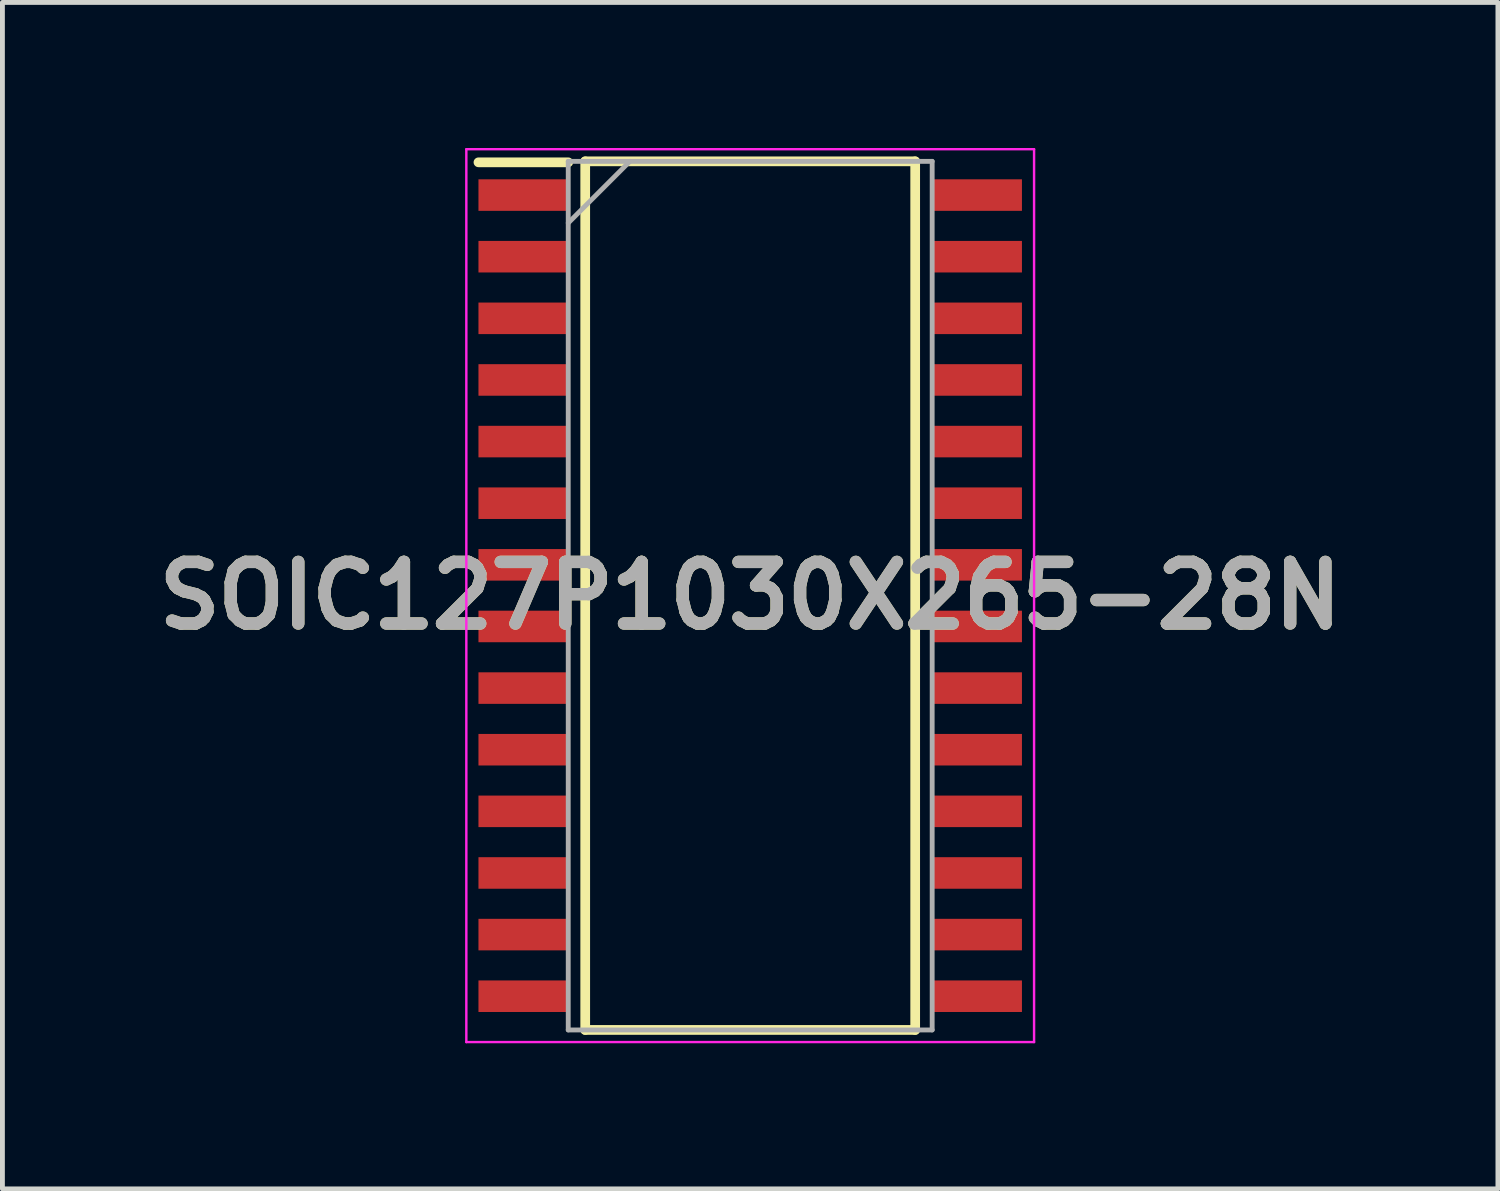
<source format=kicad_pcb>
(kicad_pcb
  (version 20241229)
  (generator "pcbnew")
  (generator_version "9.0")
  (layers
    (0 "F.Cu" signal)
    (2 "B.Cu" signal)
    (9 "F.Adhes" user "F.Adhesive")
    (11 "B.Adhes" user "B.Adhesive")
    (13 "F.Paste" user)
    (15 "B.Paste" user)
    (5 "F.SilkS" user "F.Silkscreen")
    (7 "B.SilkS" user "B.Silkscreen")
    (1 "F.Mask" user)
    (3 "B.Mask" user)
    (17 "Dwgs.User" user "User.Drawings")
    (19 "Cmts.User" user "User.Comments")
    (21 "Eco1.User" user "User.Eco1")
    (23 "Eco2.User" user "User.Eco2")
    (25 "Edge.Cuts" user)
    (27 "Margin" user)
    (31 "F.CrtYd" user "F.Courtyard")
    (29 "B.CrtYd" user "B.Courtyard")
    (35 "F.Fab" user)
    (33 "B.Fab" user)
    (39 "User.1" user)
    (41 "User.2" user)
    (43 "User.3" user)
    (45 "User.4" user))
  (footprint "SOIC127P1030X265-28N"
    (layer "F.Cu")
    (at 12.41 9.225)
    (property "Reference" "SOIC127P1030X265-28N" (at 0 0 0) (layer "F.SilkS") (effects (font (size 1.27 1.27) (thickness 0.254))))
    (attr smd)
    (fp_line (start -5.6 -8.93) (end -3.75 -8.93) (stroke (width 0.2) (type solid)) (layer "F.SilkS"))
    (fp_line (start -3.4 -8.95) (end 3.4 -8.95) (stroke (width 0.2) (type solid)) (layer "F.SilkS"))
    (fp_line (start -3.4 8.95) (end -3.4 -8.95) (stroke (width 0.2) (type solid)) (layer "F.SilkS"))
    (fp_line (start 3.4 -8.95) (end 3.4 8.95) (stroke (width 0.2) (type solid)) (layer "F.SilkS"))
    (fp_line (start 3.4 8.95) (end -3.4 8.95) (stroke (width 0.2) (type solid)) (layer "F.SilkS"))
    (fp_line (start -5.85 -9.2) (end 5.85 -9.2) (stroke (width 0.05) (type solid)) (layer "F.CrtYd"))
    (fp_line (start -5.85 9.2) (end -5.85 -9.2) (stroke (width 0.05) (type solid)) (layer "F.CrtYd"))
    (fp_line (start 5.85 -9.2) (end 5.85 9.2) (stroke (width 0.05) (type solid)) (layer "F.CrtYd"))
    (fp_line (start 5.85 9.2) (end -5.85 9.2) (stroke (width 0.05) (type solid)) (layer "F.CrtYd"))
    (fp_line (start -3.75 -8.95) (end 3.75 -8.95) (stroke (width 0.1) (type solid)) (layer "F.Fab"))
    (fp_line (start -3.75 -7.68) (end -2.48 -8.95) (stroke (width 0.1) (type solid)) (layer "F.Fab"))
    (fp_line (start -3.75 8.95) (end -3.75 -8.95) (stroke (width 0.1) (type solid)) (layer "F.Fab"))
    (fp_line (start 3.75 -8.95) (end 3.75 8.95) (stroke (width 0.1) (type solid)) (layer "F.Fab"))
    (fp_line (start 3.75 8.95) (end -3.75 8.95) (stroke (width 0.1) (type solid)) (layer "F.Fab"))
    (fp_text user "${REFERENCE}" (at 0 0 0) (layer "F.Fab") (effects (font (size 1.27 1.27) (thickness 0.254))))
    (pad "1" smd rect (at -4.675 -8.255 90) (size 0.65 1.85) (layers "F.Cu" "F.Mask" "F.Paste"))
    (pad "2" smd rect (at -4.675 -6.985 90) (size 0.65 1.85) (layers "F.Cu" "F.Mask" "F.Paste"))
    (pad "3" smd rect (at -4.675 -5.715 90) (size 0.65 1.85) (layers "F.Cu" "F.Mask" "F.Paste"))
    (pad "4" smd rect (at -4.675 -4.445 90) (size 0.65 1.85) (layers "F.Cu" "F.Mask" "F.Paste"))
    (pad "5" smd rect (at -4.675 -3.175 90) (size 0.65 1.85) (layers "F.Cu" "F.Mask" "F.Paste"))
    (pad "6" smd rect (at -4.675 -1.905 90) (size 0.65 1.85) (layers "F.Cu" "F.Mask" "F.Paste"))
    (pad "7" smd rect (at -4.675 -0.635 90) (size 0.65 1.85) (layers "F.Cu" "F.Mask" "F.Paste"))
    (pad "8" smd rect (at -4.675 0.635 90) (size 0.65 1.85) (layers "F.Cu" "F.Mask" "F.Paste"))
    (pad "9" smd rect (at -4.675 1.905 90) (size 0.65 1.85) (layers "F.Cu" "F.Mask" "F.Paste"))
    (pad "10" smd rect (at -4.675 3.175 90) (size 0.65 1.85) (layers "F.Cu" "F.Mask" "F.Paste"))
    (pad "11" smd rect (at -4.675 4.445 90) (size 0.65 1.85) (layers "F.Cu" "F.Mask" "F.Paste"))
    (pad "12" smd rect (at -4.675 5.715 90) (size 0.65 1.85) (layers "F.Cu" "F.Mask" "F.Paste"))
    (pad "13" smd rect (at -4.675 6.985 90) (size 0.65 1.85) (layers "F.Cu" "F.Mask" "F.Paste"))
    (pad "14" smd rect (at -4.675 8.255 90) (size 0.65 1.85) (layers "F.Cu" "F.Mask" "F.Paste"))
    (pad "15" smd rect (at 4.675 8.255 90) (size 0.65 1.85) (layers "F.Cu" "F.Mask" "F.Paste"))
    (pad "16" smd rect (at 4.675 6.985 90) (size 0.65 1.85) (layers "F.Cu" "F.Mask" "F.Paste"))
    (pad "17" smd rect (at 4.675 5.715 90) (size 0.65 1.85) (layers "F.Cu" "F.Mask" "F.Paste"))
    (pad "18" smd rect (at 4.675 4.445 90) (size 0.65 1.85) (layers "F.Cu" "F.Mask" "F.Paste"))
    (pad "19" smd rect (at 4.675 3.175 90) (size 0.65 1.85) (layers "F.Cu" "F.Mask" "F.Paste"))
    (pad "20" smd rect (at 4.675 1.905 90) (size 0.65 1.85) (layers "F.Cu" "F.Mask" "F.Paste"))
    (pad "21" smd rect (at 4.675 0.635 90) (size 0.65 1.85) (layers "F.Cu" "F.Mask" "F.Paste"))
    (pad "22" smd rect (at 4.675 -0.635 90) (size 0.65 1.85) (layers "F.Cu" "F.Mask" "F.Paste"))
    (pad "23" smd rect (at 4.675 -1.905 90) (size 0.65 1.85) (layers "F.Cu" "F.Mask" "F.Paste"))
    (pad "24" smd rect (at 4.675 -3.175 90) (size 0.65 1.85) (layers "F.Cu" "F.Mask" "F.Paste"))
    (pad "25" smd rect (at 4.675 -4.445 90) (size 0.65 1.85) (layers "F.Cu" "F.Mask" "F.Paste"))
    (pad "26" smd rect (at 4.675 -5.715 90) (size 0.65 1.85) (layers "F.Cu" "F.Mask" "F.Paste"))
    (pad "27" smd rect (at 4.675 -6.985 90) (size 0.65 1.85) (layers "F.Cu" "F.Mask" "F.Paste"))
    (pad "28" smd rect (at 4.675 -8.255 90) (size 0.65 1.85) (layers "F.Cu" "F.Mask" "F.Paste")))
  (gr_rect
    (start -3 -3)
    (end 27.819 21.45)
    (stroke (width 0.1) (type default))
    (fill no)
    (layer "Edge.Cuts")))
</source>
